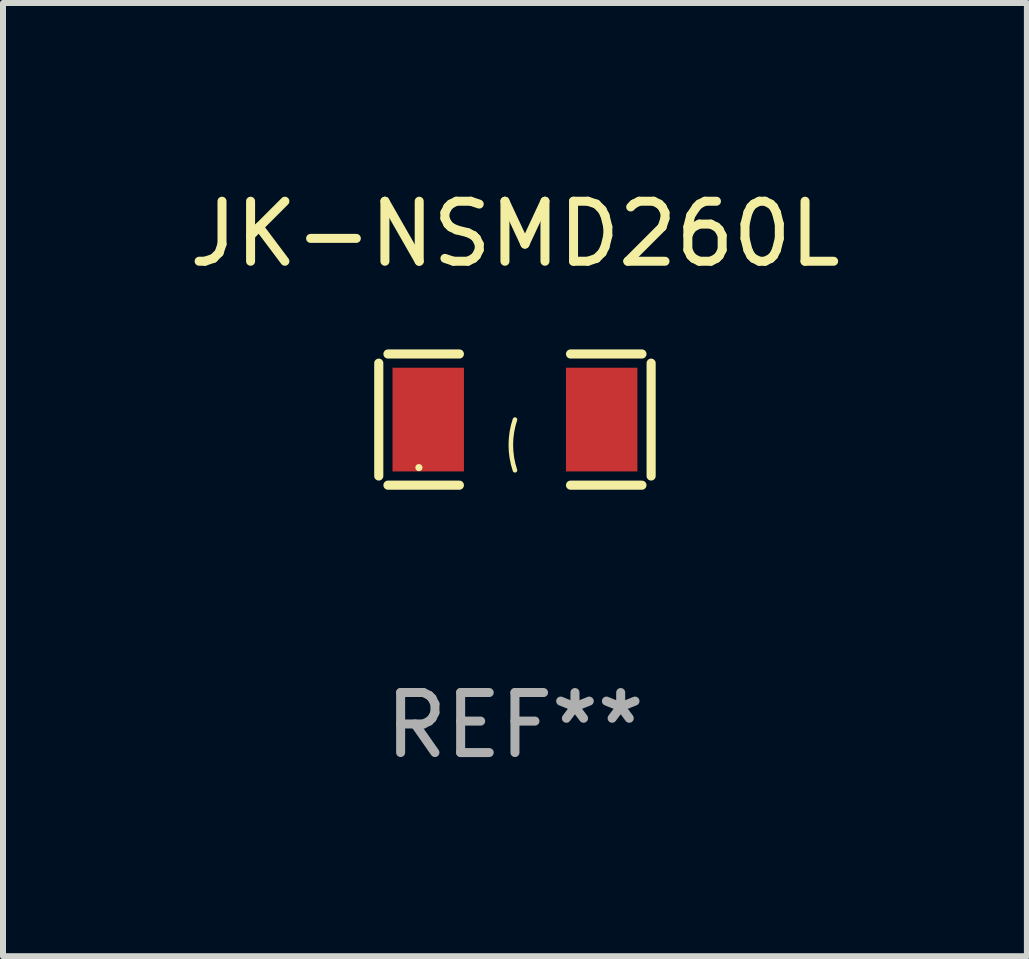
<source format=kicad_pcb>
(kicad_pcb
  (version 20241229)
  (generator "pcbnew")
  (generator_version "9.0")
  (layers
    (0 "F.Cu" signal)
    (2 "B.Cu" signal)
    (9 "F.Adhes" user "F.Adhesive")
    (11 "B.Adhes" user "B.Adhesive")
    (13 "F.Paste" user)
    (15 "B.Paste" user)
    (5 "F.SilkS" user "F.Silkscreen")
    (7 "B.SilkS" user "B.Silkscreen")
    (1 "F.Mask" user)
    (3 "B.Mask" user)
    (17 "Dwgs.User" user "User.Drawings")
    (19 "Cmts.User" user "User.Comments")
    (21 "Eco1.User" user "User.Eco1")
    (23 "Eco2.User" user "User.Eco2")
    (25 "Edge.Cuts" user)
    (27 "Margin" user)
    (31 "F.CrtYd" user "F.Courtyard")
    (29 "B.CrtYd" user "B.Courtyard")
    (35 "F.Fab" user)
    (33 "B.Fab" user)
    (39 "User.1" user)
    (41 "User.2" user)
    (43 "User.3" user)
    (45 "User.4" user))
  (footprint "JK-NSMD260L"
    (layer "F.Cu")
    (at 5.53 3.941)
    (property "Reference" "JK-NSMD260L" (at 0 -3.093 0) (layer "F.SilkS") (effects (font (size 1 1) (thickness 0.15))))
    (attr through_hole)
    (fp_line (start -2.269 -0.94) (end -2.269 0.94) (stroke (width 0.152) (type solid)) (layer "F.SilkS"))
    (fp_line (start -2.116 1.093) (end -0.926 1.093) (stroke (width 0.152) (type solid)) (layer "F.SilkS"))
    (fp_line (start -0.926 -1.093) (end -2.116 -1.093) (stroke (width 0.152) (type solid)) (layer "F.SilkS"))
    (fp_line (start 0.926 -1.093) (end 2.116 -1.093) (stroke (width 0.152) (type solid)) (layer "F.SilkS"))
    (fp_line (start 2.116 1.093) (end 0.926 1.093) (stroke (width 0.152) (type solid)) (layer "F.SilkS"))
    (fp_line (start 2.269 -0.94) (end 2.269 0.94) (stroke (width 0.152) (type solid)) (layer "F.SilkS"))
    (fp_arc (start 0 0.844951) (mid -0.068559 0.422475) (end 0 0) (stroke (width 0.0762) (type solid)) (layer "F.SilkS"))
    (fp_circle (center -1.6 0.8) (end -1.57 0.8) (stroke (width 0.06) (type solid)) (fill no) (layer "F.SilkS"))
    (fp_text user "REF**" (at 0 5.093 0) (layer "F.Fab") (effects (font (size 1 1) (thickness 0.15))))
    (pad "1" smd rect (at -1.445 0) (size 1.19 1.728) (layers "F.Cu" "F.Mask" "F.Paste"))
    (pad "2" smd rect (at 1.445 0) (size 1.19 1.728) (layers "F.Cu" "F.Mask" "F.Paste")))
  (gr_rect
    (start -3 -3)
    (end 14.06 12.882)
    (stroke (width 0.1) (type default))
    (fill no)
    (layer "Edge.Cuts")))
</source>
